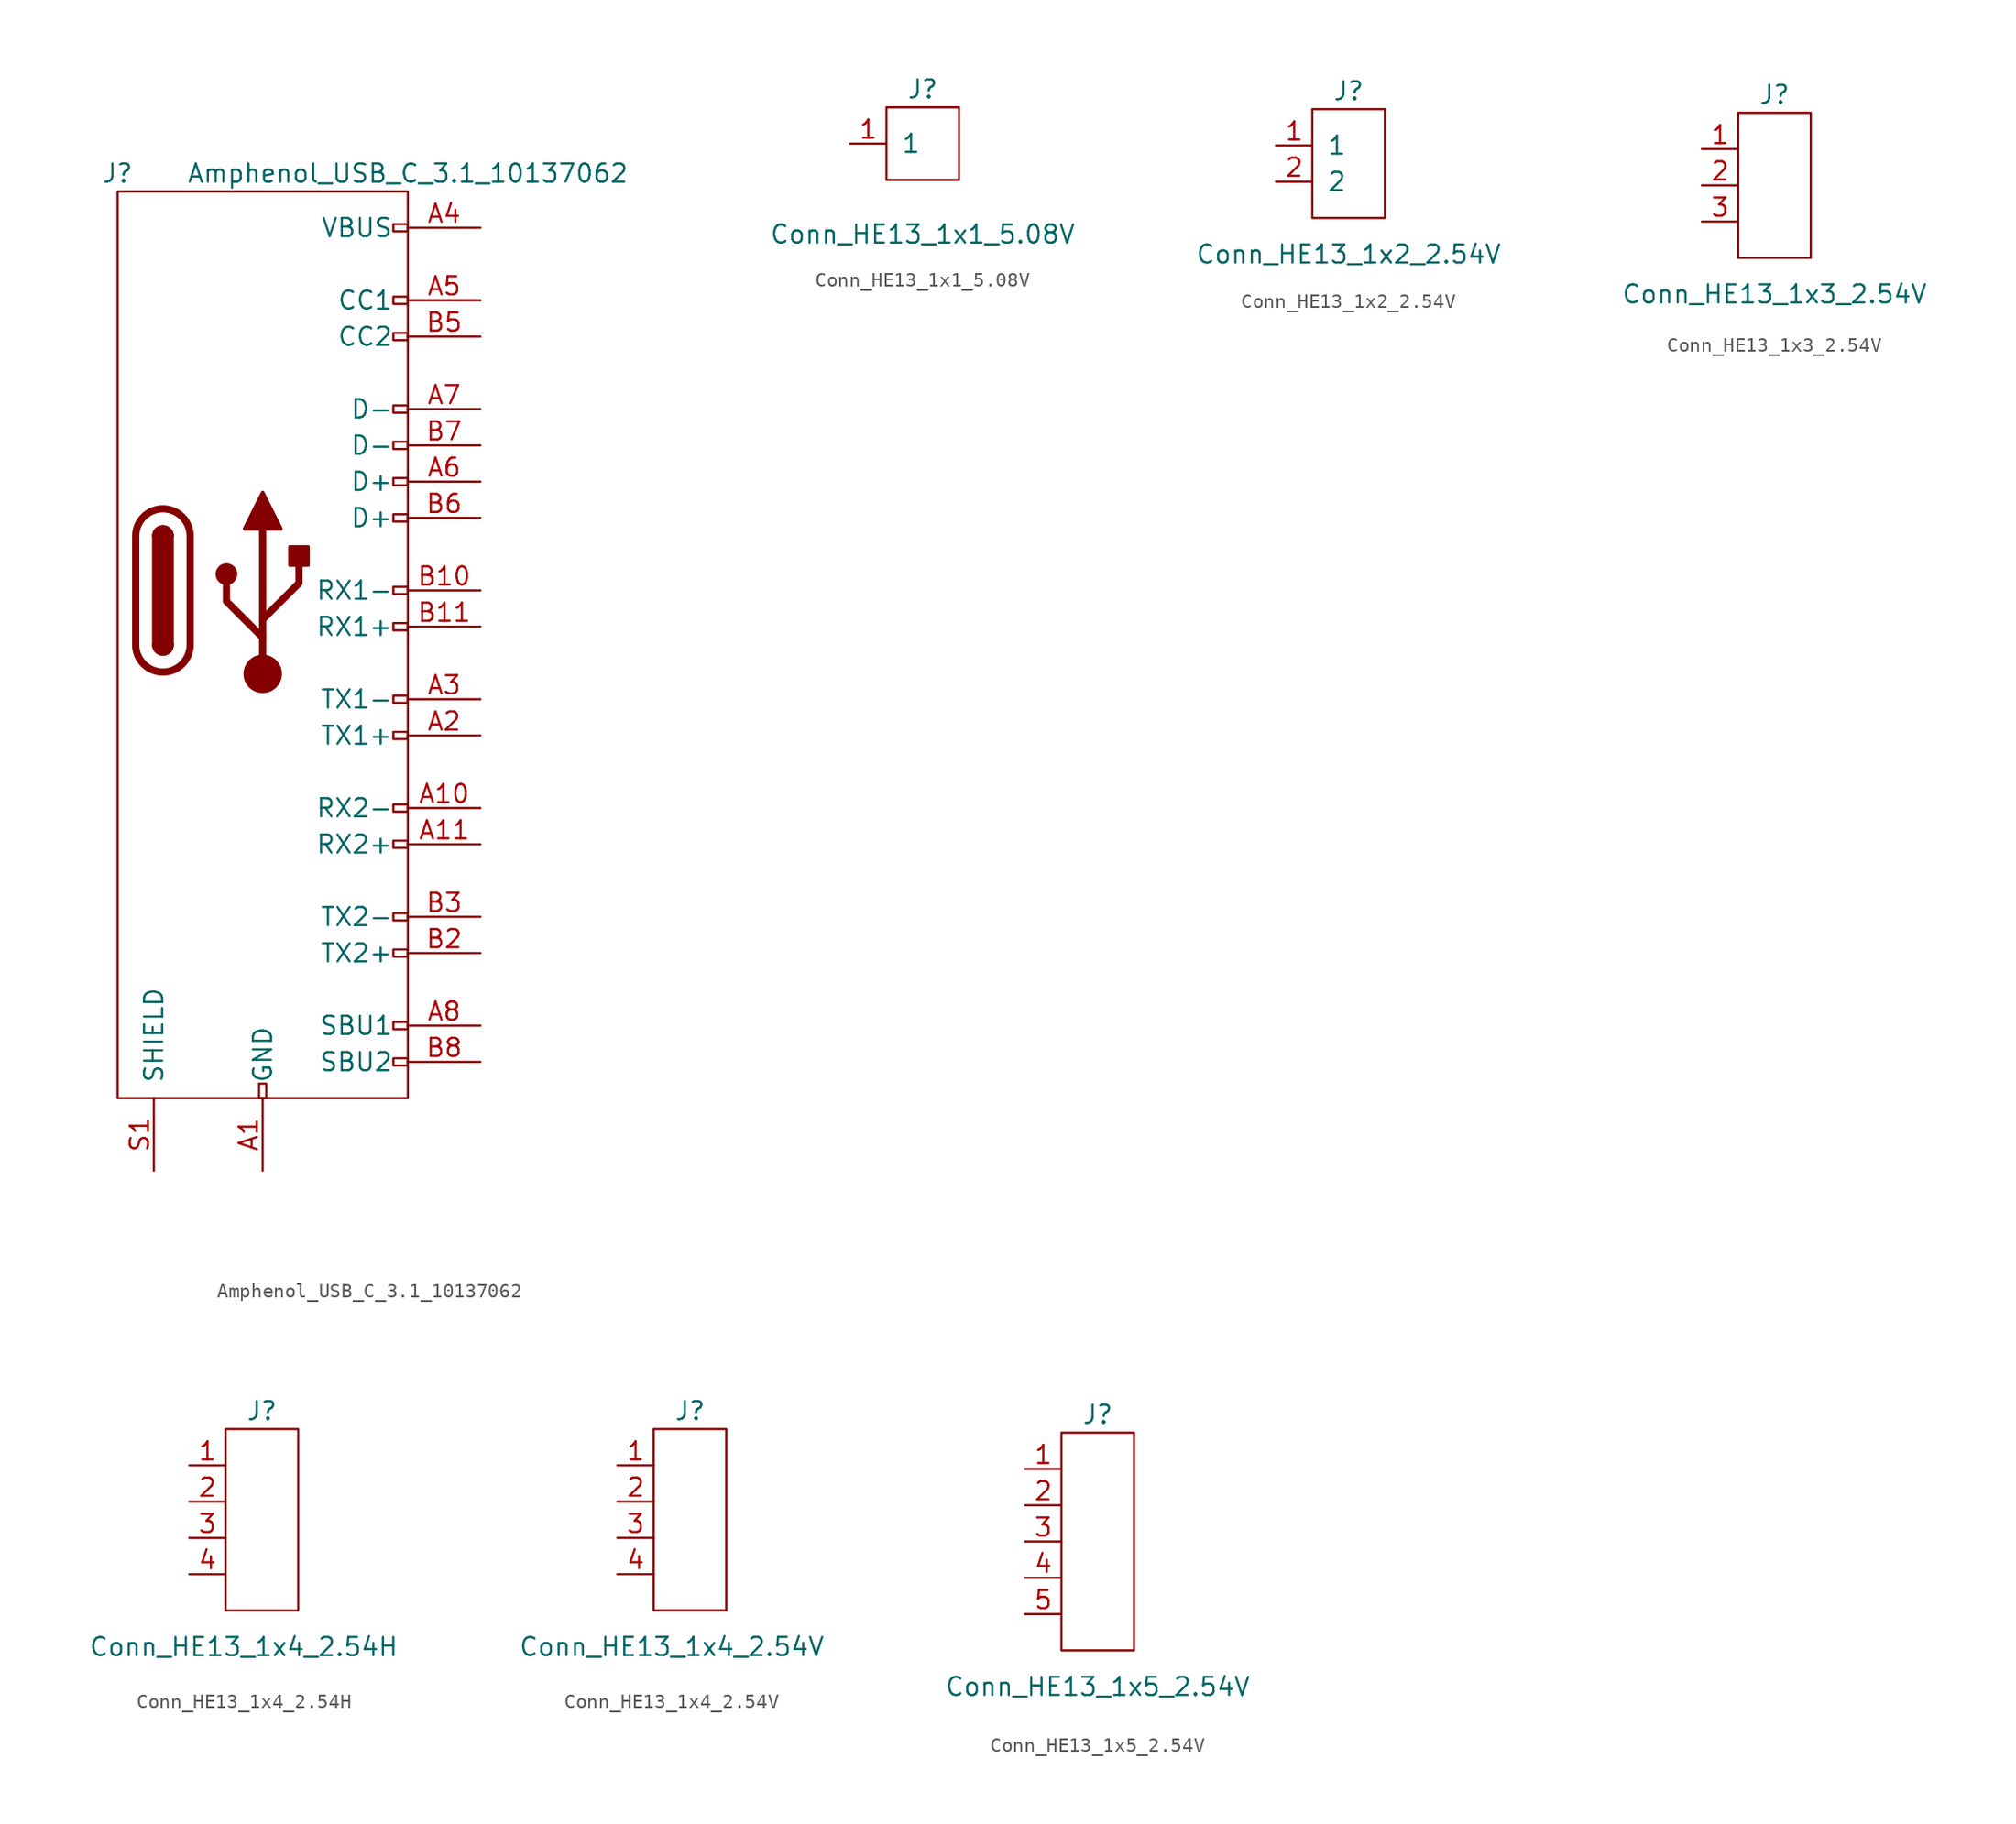
<source format=kicad_sym>
(kicad_symbol_lib
  (version 20220914)
  (generator kicad_symbol_editor)
  (symbol "Amphenol_USB_C_3.1_10137062"
    (pin_names
      (offset 1.016))
    (property "Reference" "J"
      (at -20.32 34.29 0)
      (effects (font (size 1.27 1.27))))
    (property "Value" "Amphenol_USB_C_3.1_10137062"
      (at 0 34.29 0)
      (effects (font (size 1.27 1.27))))
    (symbol "Amphenol_USB_C_3.1_10137062_0_1"
      (rectangle (start 0 33.02) (end -20.32 -30.48) (stroke (width 0) (type default)) (fill (type none))))
    (symbol "Amphenol_USB_C_3.1_10137062_1_1"
      (arc (start -19.05 1.27) (mid -17.145 -0.6267) (end -15.24 1.27) (stroke (width 0.508) (type default)) (fill (type none)))
      (arc (start -17.78 1.27) (mid -17.145 0.6377) (end -16.51 1.27) (stroke (width 0.254) (type default)) (fill (type none)))
      (arc (start -17.78 1.27) (mid -17.145 0.6377) (end -16.51 1.27) (stroke (width 0.254) (type default)) (fill (type outline)))
      (rectangle (start -17.78 1.27) (end -16.51 8.89) (stroke (width 0.254) (type default)) (fill (type outline)))
      (arc (start -16.51 8.89) (mid -17.145 9.5223) (end -17.78 8.89) (stroke (width 0.254) (type default)) (fill (type none)))
      (arc (start -16.51 8.89) (mid -17.145 9.5223) (end -17.78 8.89) (stroke (width 0.254) (type default)) (fill (type outline)))
      (arc (start -15.24 8.89) (mid -17.145 10.7867) (end -19.05 8.89) (stroke (width 0.508) (type default)) (fill (type none)))
      (circle (center -12.7 6.223) (radius 0.635) (stroke (width 0.254) (type default)) (fill (type outline)))
      (rectangle (start -10.414 -30.48) (end -9.906 -29.464) (stroke (width 0) (type default)) (fill (type none)))
      (circle (center -10.16 -0.762) (radius 1.27) (stroke (width 0) (type default)) (fill (type outline)))
      (rectangle (start -8.255 6.858) (end -6.985 8.128) (stroke (width 0.254) (type default)) (fill (type outline)))
      (rectangle (start 0 -27.686) (end -1.016 -28.194) (stroke (width 0) (type default)) (fill (type none)))
      (rectangle (start 0 -25.146) (end -1.016 -25.654) (stroke (width 0) (type default)) (fill (type none)))
      (rectangle (start 0 -20.066) (end -1.016 -20.574) (stroke (width 0) (type default)) (fill (type none)))
      (rectangle (start 0 -17.526) (end -1.016 -18.034) (stroke (width 0) (type default)) (fill (type none)))
      (rectangle (start 0 -12.446) (end -1.016 -12.954) (stroke (width 0) (type default)) (fill (type none)))
      (rectangle (start 0 -9.906) (end -1.016 -10.414) (stroke (width 0) (type default)) (fill (type none)))
      (rectangle (start 0 -4.826) (end -1.016 -5.334) (stroke (width 0) (type default)) (fill (type none)))
      (rectangle (start 0 -2.286) (end -1.016 -2.794) (stroke (width 0) (type default)) (fill (type none)))
      (polyline (pts (xy -19.05 1.27) (xy -19.05 8.89)) (stroke (width 0.508) (type default)) (fill (type none)))
      (polyline (pts (xy -15.24 8.89) (xy -15.24 1.27)) (stroke (width 0.508) (type default)) (fill (type none)))
      (polyline (pts (xy -10.16 -0.762) (xy -10.16 9.398)) (stroke (width 0.508) (type default)) (fill (type none)))
      (polyline (pts (xy -10.16 1.778) (xy -12.7 4.318) (xy -12.7 5.588)) (stroke (width 0.508) (type default)) (fill (type none)))
      (polyline (pts (xy -10.16 3.048) (xy -7.62 5.588) (xy -7.62 6.858)) (stroke (width 0.508) (type default)) (fill (type none)))
      (polyline (pts (xy -11.43 9.398) (xy -10.16 11.938) (xy -8.89 9.398) (xy -11.43 9.398)) (stroke (width 0.254) (type default)) (fill (type outline)))
      (rectangle (start 0 2.794) (end -1.016 2.286) (stroke (width 0) (type default)) (fill (type none)))
      (rectangle (start 0 5.334) (end -1.016 4.826) (stroke (width 0) (type default)) (fill (type none)))
      (rectangle (start 0 10.414) (end -1.016 9.906) (stroke (width 0) (type default)) (fill (type none)))
      (rectangle (start 0 12.954) (end -1.016 12.446) (stroke (width 0) (type default)) (fill (type none)))
      (rectangle (start 0 15.494) (end -1.016 14.986) (stroke (width 0) (type default)) (fill (type none)))
      (rectangle (start 0 18.034) (end -1.016 17.526) (stroke (width 0) (type default)) (fill (type none)))
      (rectangle (start 0 23.114) (end -1.016 22.606) (stroke (width 0) (type default)) (fill (type none)))
      (rectangle (start 0 25.654) (end -1.016 25.146) (stroke (width 0) (type default)) (fill (type none)))
      (rectangle (start 0 30.734) (end -1.016 30.226) (stroke (width 0) (type default)) (fill (type none)))
      (pin power_in line (at -10.16 -35.56 90) (length 5.08) (name "GND" (effects (font (size 1.27 1.27)))) (number "A1" (effects (font (size 1.27 1.27)))))
      (pin bidirectional line (at 5.08 -10.16 180) (length 5.08) (name "RX2-" (effects (font (size 1.27 1.27)))) (number "A10" (effects (font (size 1.27 1.27)))))
      (pin bidirectional line (at 5.08 -12.7 180) (length 5.08) (name "RX2+" (effects (font (size 1.27 1.27)))) (number "A11" (effects (font (size 1.27 1.27)))))
      (pin power_in line (at -10.16 -35.56 90) (length 5.08) hide (name "GND" (effects (font (size 1.27 1.27)))) (number "A12" (effects (font (size 1.27 1.27)))))
      (pin bidirectional line (at 5.08 -5.08 180) (length 5.08) (name "TX1+" (effects (font (size 1.27 1.27)))) (number "A2" (effects (font (size 1.27 1.27)))))
      (pin bidirectional line (at 5.08 -2.54 180) (length 5.08) (name "TX1-" (effects (font (size 1.27 1.27)))) (number "A3" (effects (font (size 1.27 1.27)))))
      (pin power_out line (at 5.08 30.48 180) (length 5.08) (name "VBUS" (effects (font (size 1.27 1.27)))) (number "A4" (effects (font (size 1.27 1.27)))))
      (pin bidirectional line (at 5.08 25.4 180) (length 5.08) (name "CC1" (effects (font (size 1.27 1.27)))) (number "A5" (effects (font (size 1.27 1.27)))))
      (pin bidirectional line (at 5.08 12.7 180) (length 5.08) (name "D+" (effects (font (size 1.27 1.27)))) (number "A6" (effects (font (size 1.27 1.27)))))
      (pin bidirectional line (at 5.08 17.78 180) (length 5.08) (name "D-" (effects (font (size 1.27 1.27)))) (number "A7" (effects (font (size 1.27 1.27)))))
      (pin bidirectional line (at 5.08 -25.4 180) (length 5.08) (name "SBU1" (effects (font (size 1.27 1.27)))) (number "A8" (effects (font (size 1.27 1.27)))))
      (pin power_out line (at 5.08 30.48 180) (length 5.08) hide (name "VBUS" (effects (font (size 1.27 1.27)))) (number "A9" (effects (font (size 1.27 1.27)))))
      (pin power_in line (at -10.16 -35.56 90) (length 5.08) hide (name "GND" (effects (font (size 1.27 1.27)))) (number "B1" (effects (font (size 1.27 1.27)))))
      (pin bidirectional line (at 5.08 5.08 180) (length 5.08) (name "RX1-" (effects (font (size 1.27 1.27)))) (number "B10" (effects (font (size 1.27 1.27)))))
      (pin bidirectional line (at 5.08 2.54 180) (length 5.08) (name "RX1+" (effects (font (size 1.27 1.27)))) (number "B11" (effects (font (size 1.27 1.27)))))
      (pin power_in line (at -10.16 -35.56 90) (length 5.08) hide (name "GND" (effects (font (size 1.27 1.27)))) (number "B12" (effects (font (size 1.27 1.27)))))
      (pin bidirectional line (at 5.08 -20.32 180) (length 5.08) (name "TX2+" (effects (font (size 1.27 1.27)))) (number "B2" (effects (font (size 1.27 1.27)))))
      (pin bidirectional line (at 5.08 -17.78 180) (length 5.08) (name "TX2-" (effects (font (size 1.27 1.27)))) (number "B3" (effects (font (size 1.27 1.27)))))
      (pin power_out line (at 5.08 30.48 180) (length 5.08) hide (name "VBUS" (effects (font (size 1.27 1.27)))) (number "B4" (effects (font (size 1.27 1.27)))))
      (pin bidirectional line (at 5.08 22.86 180) (length 5.08) (name "CC2" (effects (font (size 1.27 1.27)))) (number "B5" (effects (font (size 1.27 1.27)))))
      (pin bidirectional line (at 5.08 10.16 180) (length 5.08) (name "D+" (effects (font (size 1.27 1.27)))) (number "B6" (effects (font (size 1.27 1.27)))))
      (pin bidirectional line (at 5.08 15.24 180) (length 5.08) (name "D-" (effects (font (size 1.27 1.27)))) (number "B7" (effects (font (size 1.27 1.27)))))
      (pin bidirectional line (at 5.08 -27.94 180) (length 5.08) (name "SBU2" (effects (font (size 1.27 1.27)))) (number "B8" (effects (font (size 1.27 1.27)))))
      (pin power_out line (at 5.08 30.48 180) (length 5.08) hide (name "VBUS" (effects (font (size 1.27 1.27)))) (number "B9" (effects (font (size 1.27 1.27)))))
      (pin power_in line (at -17.78 -35.56 90) (length 5.08) (name "SHIELD" (effects (font (size 1.27 1.27)))) (number "S1" (effects (font (size 1.27 1.27)))))))
  (symbol "Conn_HE13_1x1_5.08V"
    (pin_names
      (offset 1.016))
    (property "Reference" "J"
      (at 2.54 3.81 0)
      (effects (font (size 1.27 1.27))))
    (property "Value" "Conn_HE13_1x1_5.08V"
      (at 2.54 -6.35 0)
      (effects (font (size 1.27 1.27))))
    (symbol "Conn_HE13_1x1_5.08V_1_1"
      (rectangle (start 0 2.54) (end 5.08 -2.54) (stroke (width 0) (type default)) (fill (type none)))
      (pin passive line (at -2.54 0 0) (length 2.54) (name "1" (effects (font (size 1.27 1.27)))) (number "1" (effects (font (size 1.27 1.27)))))))
  (symbol "Conn_HE13_1x2_2.54V"
    (pin_names
      (offset 1.016))
    (property "Reference" "J"
      (at 2.54 5.08 0)
      (effects (font (size 1.27 1.27))))
    (property "Value" "Conn_HE13_1x2_2.54V"
      (at 2.54 -6.35 0)
      (effects (font (size 1.27 1.27))))
    (symbol "Conn_HE13_1x2_2.54V_1_1"
      (rectangle (start 0 3.81) (end 5.08 -3.81) (stroke (width 0) (type default)) (fill (type none)))
      (pin passive line (at -2.54 1.27 0) (length 2.54) (name "1" (effects (font (size 1.27 1.27)))) (number "1" (effects (font (size 1.27 1.27)))))
      (pin passive line (at -2.54 -1.27 0) (length 2.54) (name "2" (effects (font (size 1.27 1.27)))) (number "2" (effects (font (size 1.27 1.27)))))))
  (symbol "Conn_HE13_1x3_2.54V"
    (pin_names
      (offset 1.016) hide)
    (property "Reference" "J"
      (at 2.54 6.35 0)
      (effects (font (size 1.27 1.27))))
    (property "Value" "Conn_HE13_1x3_2.54V"
      (at 2.54 -7.62 0)
      (effects (font (size 1.27 1.27))))
    (symbol "Conn_HE13_1x3_2.54V_0_1"
      (rectangle (start 0 5.08) (end 5.08 -5.08) (stroke (width 0) (type default)) (fill (type none))))
    (symbol "Conn_HE13_1x3_2.54V_1_1"
      (pin passive line (at -2.54 2.54 0) (length 2.54) (name "1" (effects (font (size 1.27 1.27)))) (number "1" (effects (font (size 1.27 1.27)))))
      (pin passive line (at -2.54 0 0) (length 2.54) (name "2" (effects (font (size 1.27 1.27)))) (number "2" (effects (font (size 1.27 1.27)))))
      (pin passive line (at -2.54 -2.54 0) (length 2.54) (name "3" (effects (font (size 1.27 1.27)))) (number "3" (effects (font (size 1.27 1.27)))))))
  (symbol "Conn_HE13_1x4_2.54H"
    (pin_names
      (offset 1.016) hide)
    (property "Reference" "J"
      (at 2.54 7.62 0)
      (effects (font (size 1.27 1.27))))
    (property "Value" "Conn_HE13_1x4_2.54H"
      (at 1.27 -8.89 0)
      (effects (font (size 1.27 1.27))))
    (symbol "Conn_HE13_1x4_2.54H_0_1"
      (rectangle (start 0 6.35) (end 5.08 -6.35) (stroke (width 0) (type default)) (fill (type none))))
    (symbol "Conn_HE13_1x4_2.54H_1_1"
      (pin passive line (at -2.54 3.81 0) (length 2.54) (name "1" (effects (font (size 1.27 1.27)))) (number "1" (effects (font (size 1.27 1.27)))))
      (pin passive line (at -2.54 1.27 0) (length 2.54) (name "2" (effects (font (size 1.27 1.27)))) (number "2" (effects (font (size 1.27 1.27)))))
      (pin passive line (at -2.54 -1.27 0) (length 2.54) (name "3" (effects (font (size 1.27 1.27)))) (number "3" (effects (font (size 1.27 1.27)))))
      (pin passive line (at -2.54 -3.81 0) (length 2.54) (name "4" (effects (font (size 1.27 1.27)))) (number "4" (effects (font (size 1.27 1.27)))))))
  (symbol "Conn_HE13_1x4_2.54V"
    (pin_names
      (offset 1.016) hide)
    (property "Reference" "J"
      (at 2.54 7.62 0)
      (effects (font (size 1.27 1.27))))
    (property "Value" "Conn_HE13_1x4_2.54V"
      (at 1.27 -8.89 0)
      (effects (font (size 1.27 1.27))))
    (symbol "Conn_HE13_1x4_2.54V_0_1"
      (rectangle (start 0 6.35) (end 5.08 -6.35) (stroke (width 0) (type default)) (fill (type none))))
    (symbol "Conn_HE13_1x4_2.54V_1_1"
      (pin passive line (at -2.54 3.81 0) (length 2.54) (name "1" (effects (font (size 1.27 1.27)))) (number "1" (effects (font (size 1.27 1.27)))))
      (pin passive line (at -2.54 1.27 0) (length 2.54) (name "2" (effects (font (size 1.27 1.27)))) (number "2" (effects (font (size 1.27 1.27)))))
      (pin passive line (at -2.54 -1.27 0) (length 2.54) (name "3" (effects (font (size 1.27 1.27)))) (number "3" (effects (font (size 1.27 1.27)))))
      (pin passive line (at -2.54 -3.81 0) (length 2.54) (name "4" (effects (font (size 1.27 1.27)))) (number "4" (effects (font (size 1.27 1.27)))))))
  (symbol "Conn_HE13_1x5_2.54V"
    (pin_names
      (offset 1.016) hide)
    (property "Reference" "J"
      (at 2.54 8.89 0)
      (effects (font (size 1.27 1.27))))
    (property "Value" "Conn_HE13_1x5_2.54V"
      (at 2.54 -10.16 0)
      (effects (font (size 1.27 1.27))))
    (symbol "Conn_HE13_1x5_2.54V_0_1"
      (rectangle (start 0 7.62) (end 5.08 -7.62) (stroke (width 0) (type default)) (fill (type none))))
    (symbol "Conn_HE13_1x5_2.54V_1_1"
      (pin passive line (at -2.54 5.08 0) (length 2.54) (name "1" (effects (font (size 1.27 1.27)))) (number "1" (effects (font (size 1.27 1.27)))))
      (pin passive line (at -2.54 2.54 0) (length 2.54) (name "2" (effects (font (size 1.27 1.27)))) (number "2" (effects (font (size 1.27 1.27)))))
      (pin passive line (at -2.54 0 0) (length 2.54) (name "3" (effects (font (size 1.27 1.27)))) (number "3" (effects (font (size 1.27 1.27)))))
      (pin passive line (at -2.54 -2.54 0) (length 2.54) (name "4" (effects (font (size 1.27 1.27)))) (number "4" (effects (font (size 1.27 1.27)))))
      (pin passive line (at -2.54 -5.08 0) (length 2.54) (name "5" (effects (font (size 1.27 1.27)))) (number "5" (effects (font (size 1.27 1.27))))))))
</source>
